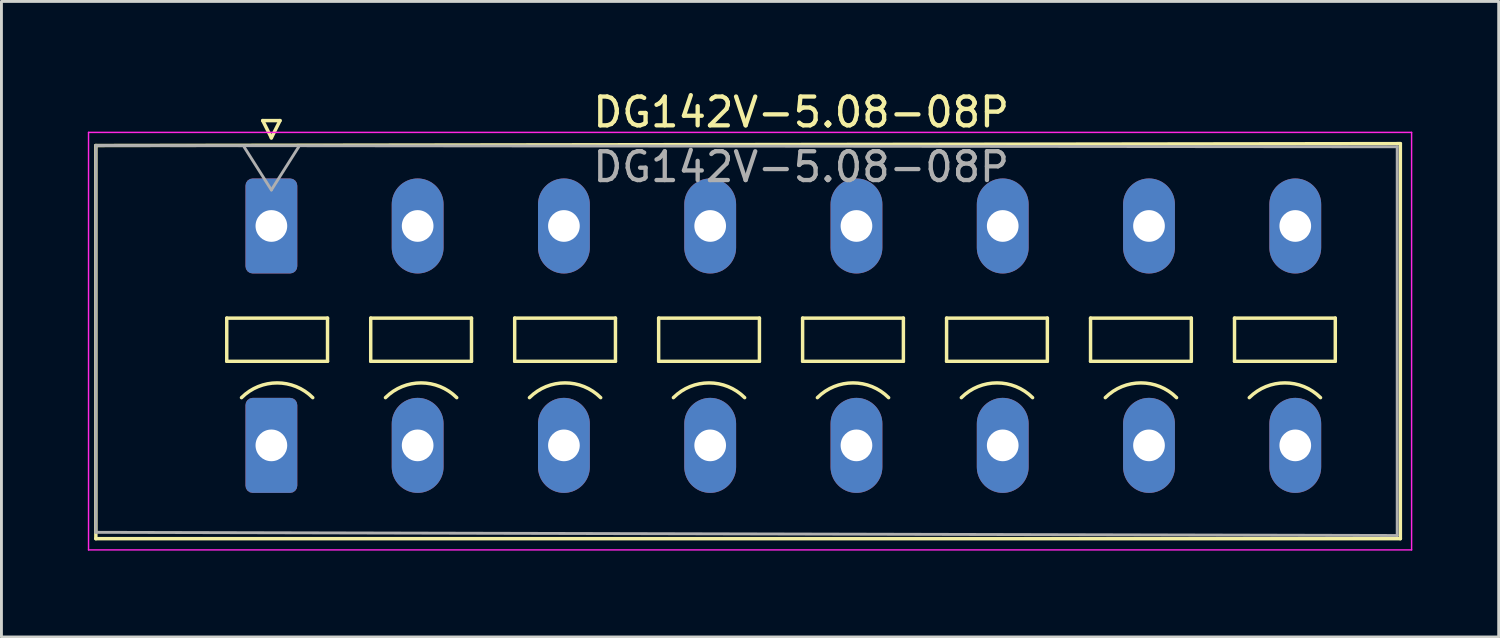
<source format=kicad_pcb>
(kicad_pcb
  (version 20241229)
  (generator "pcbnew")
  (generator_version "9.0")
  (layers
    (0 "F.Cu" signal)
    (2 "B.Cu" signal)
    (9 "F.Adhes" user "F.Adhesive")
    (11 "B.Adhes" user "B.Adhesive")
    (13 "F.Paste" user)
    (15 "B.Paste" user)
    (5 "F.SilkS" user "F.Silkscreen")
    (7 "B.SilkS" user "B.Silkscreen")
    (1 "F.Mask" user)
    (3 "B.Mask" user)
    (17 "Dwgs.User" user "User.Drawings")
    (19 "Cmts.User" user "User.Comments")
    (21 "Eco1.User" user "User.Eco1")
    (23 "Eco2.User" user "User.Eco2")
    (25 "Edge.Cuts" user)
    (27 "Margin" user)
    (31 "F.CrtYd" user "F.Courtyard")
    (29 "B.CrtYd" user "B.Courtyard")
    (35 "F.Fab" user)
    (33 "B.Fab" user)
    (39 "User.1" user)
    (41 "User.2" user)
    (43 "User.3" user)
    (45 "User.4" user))
  (footprint "DG142V-5.08-08P"
    (layer "F.Cu")
    (at 6.375 4.798)
    (property "Reference" "DG142V-5.08-08P" (at 18.4 -3.95 0) (layer "F.SilkS") (effects (font (size 1 1) (thickness 0.15))))
    (attr through_hole)
    (fp_line (start -6.096 -2.794) (end 39.21 -2.86) (stroke (width 0.12) (type solid)) (layer "F.SilkS"))
    (fp_line (start -6.096 10.86) (end -6.096 -2.794) (stroke (width 0.12) (type solid)) (layer "F.SilkS"))
    (fp_line (start -1.55 3.2) (end -1.55 4.7) (stroke (width 0.12) (type solid)) (layer "F.SilkS"))
    (fp_line (start -1.55 4.7) (end 1.95 4.7) (stroke (width 0.12) (type solid)) (layer "F.SilkS"))
    (fp_line (start -0.3 -3.66) (end 0 -3.06) (stroke (width 0.12) (type solid)) (layer "F.SilkS"))
    (fp_line (start -0.3 -3.66) (end 0.3 -3.66) (stroke (width 0.12) (type solid)) (layer "F.SilkS"))
    (fp_line (start 0.3 -3.66) (end 0 -3.06) (stroke (width 0.12) (type solid)) (layer "F.SilkS"))
    (fp_line (start 1.95 3.2) (end -1.55 3.2) (stroke (width 0.12) (type solid)) (layer "F.SilkS"))
    (fp_line (start 1.95 4.7) (end 1.95 3.2) (stroke (width 0.12) (type solid)) (layer "F.SilkS"))
    (fp_line (start 3.45 3.2) (end 3.45 4.7) (stroke (width 0.12) (type solid)) (layer "F.SilkS"))
    (fp_line (start 3.45 4.7) (end 6.95 4.7) (stroke (width 0.12) (type solid)) (layer "F.SilkS"))
    (fp_line (start 6.95 3.2) (end 3.45 3.2) (stroke (width 0.12) (type solid)) (layer "F.SilkS"))
    (fp_line (start 6.95 4.7) (end 6.95 3.2) (stroke (width 0.12) (type solid)) (layer "F.SilkS"))
    (fp_line (start 8.45 3.2) (end 8.45 4.7) (stroke (width 0.12) (type solid)) (layer "F.SilkS"))
    (fp_line (start 8.45 4.7) (end 11.95 4.7) (stroke (width 0.12) (type solid)) (layer "F.SilkS"))
    (fp_line (start 11.95 3.2) (end 8.45 3.2) (stroke (width 0.12) (type solid)) (layer "F.SilkS"))
    (fp_line (start 11.95 4.7) (end 11.95 3.2) (stroke (width 0.12) (type solid)) (layer "F.SilkS"))
    (fp_line (start 13.45 3.2) (end 13.45 4.7) (stroke (width 0.12) (type solid)) (layer "F.SilkS"))
    (fp_line (start 13.45 4.7) (end 16.95 4.7) (stroke (width 0.12) (type solid)) (layer "F.SilkS"))
    (fp_line (start 16.95 3.2) (end 13.45 3.2) (stroke (width 0.12) (type solid)) (layer "F.SilkS"))
    (fp_line (start 16.95 4.7) (end 16.95 3.2) (stroke (width 0.12) (type solid)) (layer "F.SilkS"))
    (fp_line (start 18.45 3.2) (end 18.45 4.7) (stroke (width 0.12) (type solid)) (layer "F.SilkS"))
    (fp_line (start 18.45 4.7) (end 21.95 4.7) (stroke (width 0.12) (type solid)) (layer "F.SilkS"))
    (fp_line (start 21.95 3.2) (end 18.45 3.2) (stroke (width 0.12) (type solid)) (layer "F.SilkS"))
    (fp_line (start 21.95 4.7) (end 21.95 3.2) (stroke (width 0.12) (type solid)) (layer "F.SilkS"))
    (fp_line (start 23.45 3.2) (end 23.45 4.7) (stroke (width 0.12) (type solid)) (layer "F.SilkS"))
    (fp_line (start 23.45 4.7) (end 26.95 4.7) (stroke (width 0.12) (type solid)) (layer "F.SilkS"))
    (fp_line (start 26.95 3.2) (end 23.45 3.2) (stroke (width 0.12) (type solid)) (layer "F.SilkS"))
    (fp_line (start 26.95 4.7) (end 26.95 3.2) (stroke (width 0.12) (type solid)) (layer "F.SilkS"))
    (fp_line (start 28.45 3.2) (end 28.45 4.7) (stroke (width 0.12) (type solid)) (layer "F.SilkS"))
    (fp_line (start 28.45 4.7) (end 31.95 4.7) (stroke (width 0.12) (type solid)) (layer "F.SilkS"))
    (fp_line (start 31.95 3.2) (end 28.45 3.2) (stroke (width 0.12) (type solid)) (layer "F.SilkS"))
    (fp_line (start 31.95 4.7) (end 31.95 3.2) (stroke (width 0.12) (type solid)) (layer "F.SilkS"))
    (fp_line (start 33.45 3.2) (end 33.45 4.7) (stroke (width 0.12) (type solid)) (layer "F.SilkS"))
    (fp_line (start 33.45 4.7) (end 36.95 4.7) (stroke (width 0.12) (type solid)) (layer "F.SilkS"))
    (fp_line (start 36.95 3.2) (end 33.45 3.2) (stroke (width 0.12) (type solid)) (layer "F.SilkS"))
    (fp_line (start 36.95 4.7) (end 36.95 3.2) (stroke (width 0.12) (type solid)) (layer "F.SilkS"))
    (fp_line (start 39.21 -2.86) (end 39.21 10.86) (stroke (width 0.12) (type solid)) (layer "F.SilkS"))
    (fp_line (start 39.21 10.86) (end -6.096 10.86) (stroke (width 0.12) (type solid)) (layer "F.SilkS"))
    (fp_arc (start -1.037437 5.962563) (mid 0.2 5.45) (end 1.437437 5.962563) (stroke (width 0.12) (type solid)) (layer "F.SilkS"))
    (fp_arc (start 3.962563 5.962563) (mid 5.2 5.45) (end 6.437437 5.962563) (stroke (width 0.12) (type solid)) (layer "F.SilkS"))
    (fp_arc (start 8.962563 5.962563) (mid 10.2 5.45) (end 11.437437 5.962563) (stroke (width 0.12) (type solid)) (layer "F.SilkS"))
    (fp_arc (start 13.962563 5.962563) (mid 15.2 5.45) (end 16.437437 5.962563) (stroke (width 0.12) (type solid)) (layer "F.SilkS"))
    (fp_arc (start 18.962563 5.962563) (mid 20.2 5.45) (end 21.437437 5.962563) (stroke (width 0.12) (type solid)) (layer "F.SilkS"))
    (fp_arc (start 23.962563 5.962563) (mid 25.2 5.45) (end 26.437437 5.962563) (stroke (width 0.12) (type solid)) (layer "F.SilkS"))
    (fp_arc (start 28.962563 5.962563) (mid 30.2 5.45) (end 31.437437 5.962563) (stroke (width 0.12) (type solid)) (layer "F.SilkS"))
    (fp_arc (start 33.962563 5.962563) (mid 35.2 5.45) (end 36.437437 5.962563) (stroke (width 0.12) (type solid)) (layer "F.SilkS"))
    (fp_line (start -6.35 -3.25) (end -6.35 11.25) (stroke (width 0.05) (type solid)) (layer "F.CrtYd"))
    (fp_line (start -6.35 11.25) (end 39.6 11.25) (stroke (width 0.05) (type solid)) (layer "F.CrtYd"))
    (fp_line (start 39.6 -3.25) (end -6.35 -3.25) (stroke (width 0.05) (type solid)) (layer "F.CrtYd"))
    (fp_line (start 39.6 11.25) (end 39.6 -3.25) (stroke (width 0.05) (type solid)) (layer "F.CrtYd"))
    (fp_line (start -6.096 -2.794) (end -6.096 10.64) (stroke (width 0.1) (type solid)) (layer "F.Fab"))
    (fp_line (start -6.096 10.64) (end 39.1 10.75) (stroke (width 0.1) (type solid)) (layer "F.Fab"))
    (fp_line (start -0.95 -2.75) (end 0 -1.25) (stroke (width 0.1) (type solid)) (layer "F.Fab"))
    (fp_line (start 0.95 -2.75) (end 0 -1.25) (stroke (width 0.1) (type solid)) (layer "F.Fab"))
    (fp_line (start 39.1 -2.75) (end -6.096 -2.794) (stroke (width 0.1) (type solid)) (layer "F.Fab"))
    (fp_line (start 39.1 10.75) (end 39.1 -2.75) (stroke (width 0.1) (type solid)) (layer "F.Fab"))
    (fp_text user "${REFERENCE}" (at 18.4 -2.05 0) (layer "F.Fab") (effects (font (size 1 1) (thickness 0.15))))
    (pad "1" thru_hole roundrect (at 0 0) (size 1.8 3.3) (drill 1.1) (layers "*.Cu" "*.Mask") (roundrect_rratio 0.139))
    (pad "1" thru_hole roundrect (at 0 7.62) (size 1.8 3.3) (drill 1.1) (layers "*.Cu" "*.Mask") (roundrect_rratio 0.139))
    (pad "2" thru_hole oval (at 5.08 0) (size 1.8 3.3) (drill 1.1) (layers "*.Cu" "*.Mask"))
    (pad "2" thru_hole oval (at 5.08 7.62) (size 1.8 3.3) (drill 1.1) (layers "*.Cu" "*.Mask"))
    (pad "3" thru_hole oval (at 10.16 0) (size 1.8 3.3) (drill 1.1) (layers "*.Cu" "*.Mask"))
    (pad "3" thru_hole oval (at 10.16 7.62) (size 1.8 3.3) (drill 1.1) (layers "*.Cu" "*.Mask"))
    (pad "4" thru_hole oval (at 15.24 0) (size 1.8 3.3) (drill 1.1) (layers "*.Cu" "*.Mask"))
    (pad "4" thru_hole oval (at 15.24 7.62) (size 1.8 3.3) (drill 1.1) (layers "*.Cu" "*.Mask"))
    (pad "5" thru_hole oval (at 20.32 0) (size 1.8 3.3) (drill 1.1) (layers "*.Cu" "*.Mask"))
    (pad "5" thru_hole oval (at 20.32 7.62) (size 1.8 3.3) (drill 1.1) (layers "*.Cu" "*.Mask"))
    (pad "6" thru_hole oval (at 25.4 0) (size 1.8 3.3) (drill 1.1) (layers "*.Cu" "*.Mask"))
    (pad "6" thru_hole oval (at 25.4 7.62) (size 1.8 3.3) (drill 1.1) (layers "*.Cu" "*.Mask"))
    (pad "7" thru_hole oval (at 30.48 0) (size 1.8 3.3) (drill 1.1) (layers "*.Cu" "*.Mask"))
    (pad "7" thru_hole oval (at 30.48 7.62) (size 1.8 3.3) (drill 1.1) (layers "*.Cu" "*.Mask"))
    (pad "8" thru_hole oval (at 35.56 0) (size 1.8 3.3) (drill 1.1) (layers "*.Cu" "*.Mask"))
    (pad "8" thru_hole oval (at 35.56 7.62) (size 1.8 3.3) (drill 1.1) (layers "*.Cu" "*.Mask")))
  (gr_rect
    (start -3 -3)
    (end 49 19.073)
    (stroke (width 0.1) (type default))
    (fill no)
    (layer "Edge.Cuts")))
</source>
